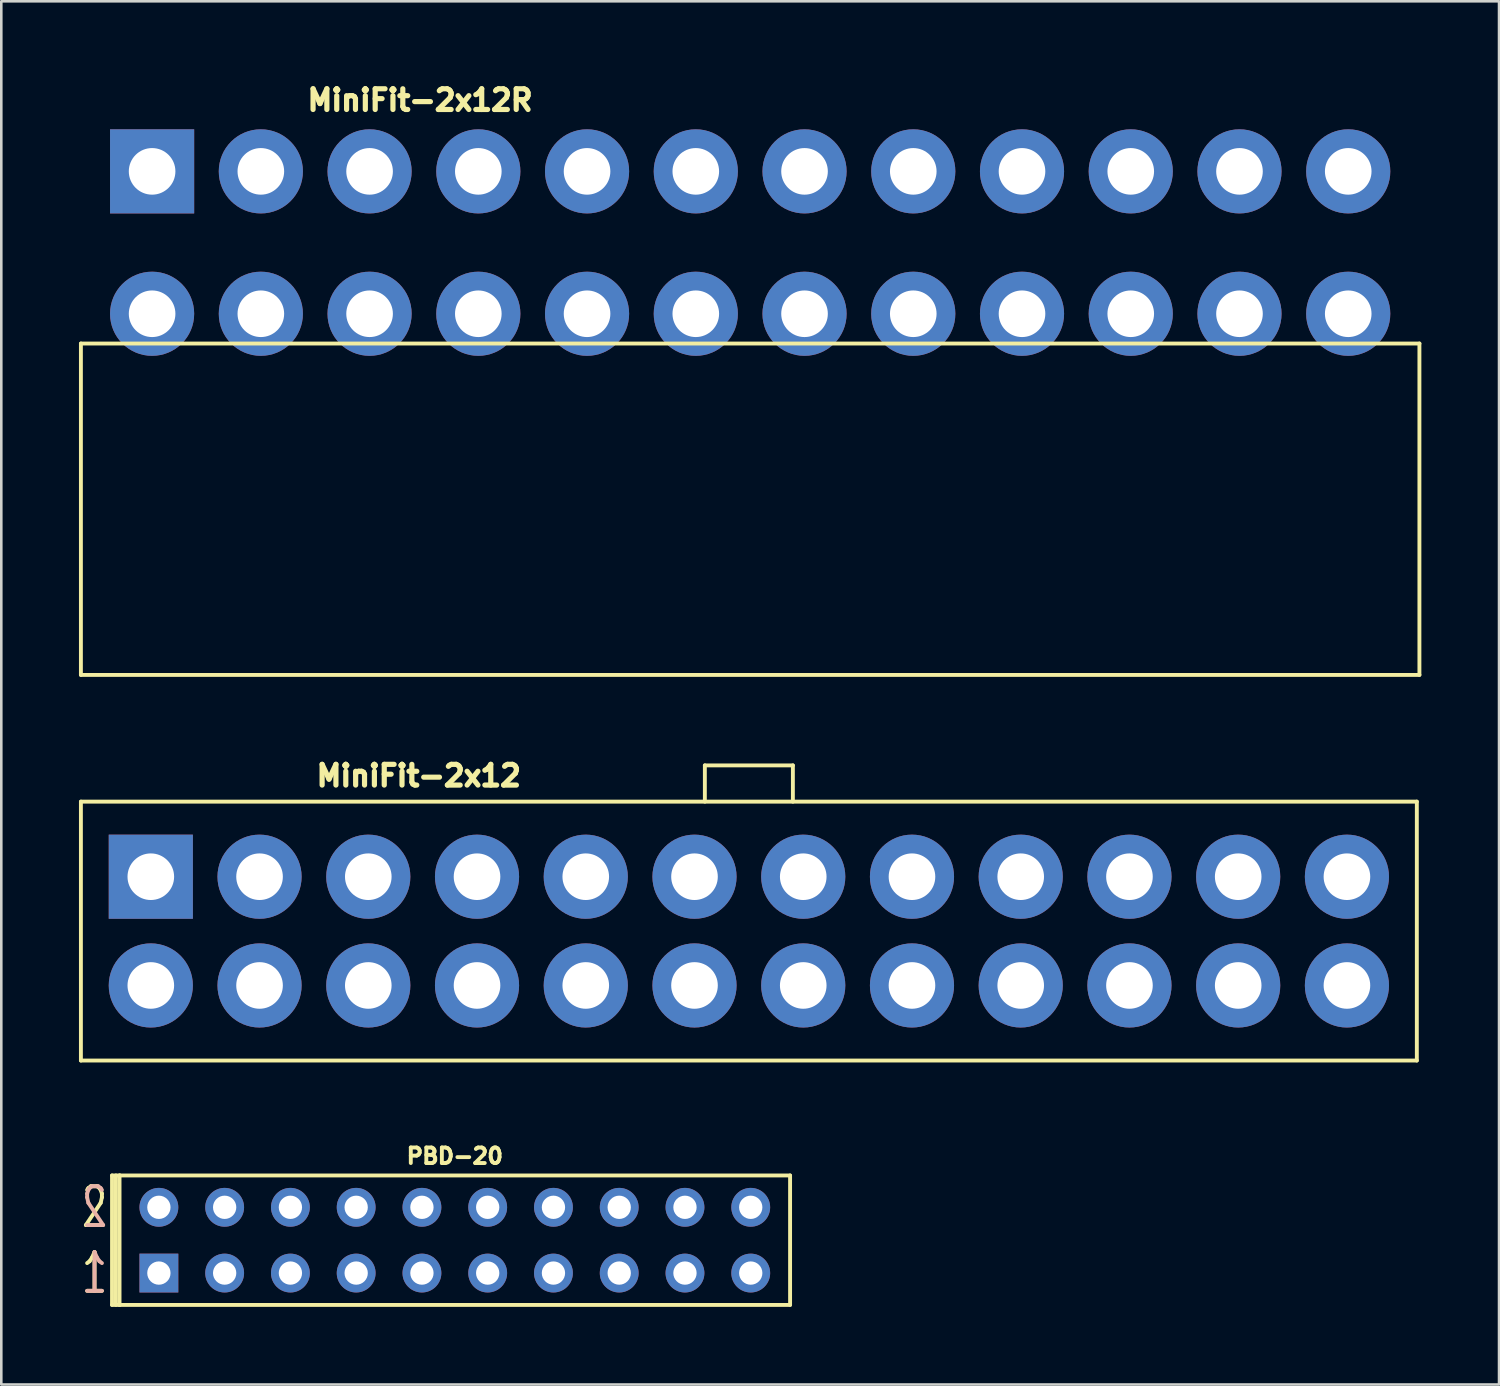
<source format=kicad_pcb>
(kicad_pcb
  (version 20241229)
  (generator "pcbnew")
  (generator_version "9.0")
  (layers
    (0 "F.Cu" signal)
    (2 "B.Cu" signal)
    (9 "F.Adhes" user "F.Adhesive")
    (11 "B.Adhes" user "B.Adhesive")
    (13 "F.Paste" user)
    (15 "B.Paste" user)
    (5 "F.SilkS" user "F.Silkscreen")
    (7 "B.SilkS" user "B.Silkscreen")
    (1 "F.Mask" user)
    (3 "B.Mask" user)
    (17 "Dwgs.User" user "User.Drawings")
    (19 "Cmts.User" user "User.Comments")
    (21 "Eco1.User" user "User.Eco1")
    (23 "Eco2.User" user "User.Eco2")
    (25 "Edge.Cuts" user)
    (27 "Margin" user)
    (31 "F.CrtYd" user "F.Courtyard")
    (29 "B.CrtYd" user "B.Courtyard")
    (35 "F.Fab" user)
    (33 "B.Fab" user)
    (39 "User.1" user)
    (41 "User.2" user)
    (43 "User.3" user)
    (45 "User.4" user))
  (footprint "MiniFit-2x12R"
    (layer "F.Cu")
    (at 25.925 6.319)
    (property "Reference" "MiniFit-2x12R" (at -12.75 -5.5 0) (layer "F.SilkS") (effects (font (size 0.8 0.8) (thickness 0.2))))
    (attr through_hole)
    (fp_line (start -25.85 3.9) (end -25.85 16.7) (stroke (width 0.15) (type solid)) (layer "F.SilkS"))
    (fp_line (start 25.85 3.9) (end -25.85 3.9) (stroke (width 0.15) (type solid)) (layer "F.SilkS"))
    (fp_line (start 25.85 3.9) (end 25.85 16.7) (stroke (width 0.15) (type solid)) (layer "F.SilkS"))
    (fp_line (start 25.85 16.7) (end -25.85 16.7) (stroke (width 0.15) (type solid)) (layer "F.SilkS"))
    (pad "1" thru_hole rect (at -23.1 -2.75) (size 3.25 3.25) (drill 1.8) (layers "*.Cu" "*.Mask"))
    (pad "2" thru_hole circle (at -23.1 2.75) (size 3.25 3.25) (drill 1.8) (layers "*.Cu" "*.Mask"))
    (pad "3" thru_hole circle (at -18.9 -2.75) (size 3.25 3.25) (drill 1.8) (layers "*.Cu" "*.Mask"))
    (pad "4" thru_hole circle (at -18.9 2.75) (size 3.25 3.25) (drill 1.8) (layers "*.Cu" "*.Mask"))
    (pad "5" thru_hole circle (at -14.7 -2.75) (size 3.25 3.25) (drill 1.8) (layers "*.Cu" "*.Mask"))
    (pad "6" thru_hole circle (at -14.7 2.75) (size 3.25 3.25) (drill 1.8) (layers "*.Cu" "*.Mask"))
    (pad "7" thru_hole circle (at -10.5 -2.75) (size 3.25 3.25) (drill 1.8) (layers "*.Cu" "*.Mask"))
    (pad "8" thru_hole circle (at -10.5 2.75) (size 3.25 3.25) (drill 1.8) (layers "*.Cu" "*.Mask"))
    (pad "9" thru_hole circle (at -6.3 -2.75) (size 3.25 3.25) (drill 1.8) (layers "*.Cu" "*.Mask"))
    (pad "10" thru_hole circle (at -6.3 2.75) (size 3.25 3.25) (drill 1.8) (layers "*.Cu" "*.Mask"))
    (pad "11" thru_hole circle (at -2.1 -2.75) (size 3.25 3.25) (drill 1.8) (layers "*.Cu" "*.Mask"))
    (pad "12" thru_hole circle (at -2.1 2.75) (size 3.25 3.25) (drill 1.8) (layers "*.Cu" "*.Mask"))
    (pad "13" thru_hole circle (at 2.1 -2.75) (size 3.25 3.25) (drill 1.8) (layers "*.Cu" "*.Mask"))
    (pad "14" thru_hole circle (at 2.1 2.75) (size 3.25 3.25) (drill 1.8) (layers "*.Cu" "*.Mask"))
    (pad "15" thru_hole circle (at 6.3 -2.75) (size 3.25 3.25) (drill 1.8) (layers "*.Cu" "*.Mask"))
    (pad "16" thru_hole circle (at 6.3 2.75) (size 3.25 3.25) (drill 1.8) (layers "*.Cu" "*.Mask"))
    (pad "17" thru_hole circle (at 10.5 -2.75) (size 3.25 3.25) (drill 1.8) (layers "*.Cu" "*.Mask"))
    (pad "18" thru_hole circle (at 10.5 2.75) (size 3.25 3.25) (drill 1.8) (layers "*.Cu" "*.Mask"))
    (pad "19" thru_hole circle (at 14.7 -2.75) (size 3.25 3.25) (drill 1.8) (layers "*.Cu" "*.Mask"))
    (pad "20" thru_hole circle (at 14.7 2.75) (size 3.25 3.25) (drill 1.8) (layers "*.Cu" "*.Mask"))
    (pad "21" thru_hole circle (at 18.9 -2.75) (size 3.25 3.25) (drill 1.8) (layers "*.Cu" "*.Mask"))
    (pad "22" thru_hole circle (at 18.9 2.75) (size 3.25 3.25) (drill 1.8) (layers "*.Cu" "*.Mask"))
    (pad "23" thru_hole circle (at 23.1 -2.75) (size 3.25 3.25) (drill 1.8) (layers "*.Cu" "*.Mask"))
    (pad "24" thru_hole circle (at 23.1 2.75) (size 3.25 3.25) (drill 1.8) (layers "*.Cu" "*.Mask")))
  (footprint "MiniFit-2x12"
    (layer "F.Cu")
    (at 25.875 32.913)
    (property "Reference" "MiniFit-2x12" (at -12.75 -6 0) (layer "F.SilkS") (effects (font (size 0.8 0.8) (thickness 0.2))))
    (attr through_hole)
    (fp_line (start -25.8 5) (end -25.8 -5) (stroke (width 0.15) (type solid)) (layer "F.SilkS"))
    (fp_line (start -1.7 -6.4) (end 1.7 -6.4) (stroke (width 0.15) (type solid)) (layer "F.SilkS"))
    (fp_line (start -1.7 -5) (end -1.7 -6.4) (stroke (width 0.15) (type solid)) (layer "F.SilkS"))
    (fp_line (start 1.7 -6.4) (end 1.7 -5) (stroke (width 0.15) (type solid)) (layer "F.SilkS"))
    (fp_line (start 25.8 -5) (end -25.8 -5) (stroke (width 0.15) (type solid)) (layer "F.SilkS"))
    (fp_line (start 25.8 5) (end -25.8 5) (stroke (width 0.15) (type solid)) (layer "F.SilkS"))
    (fp_line (start 25.8 5) (end 25.8 -5) (stroke (width 0.15) (type solid)) (layer "F.SilkS"))
    (pad "1" thru_hole rect (at -23.1 -2.1) (size 3.25 3.25) (drill 1.8) (layers "*.Cu" "*.Mask"))
    (pad "2" thru_hole circle (at -23.1 2.1) (size 3.25 3.25) (drill 1.8) (layers "*.Cu" "*.Mask"))
    (pad "3" thru_hole circle (at -18.9 -2.1) (size 3.25 3.25) (drill 1.8) (layers "*.Cu" "*.Mask"))
    (pad "4" thru_hole circle (at -18.9 2.1) (size 3.25 3.25) (drill 1.8) (layers "*.Cu" "*.Mask"))
    (pad "5" thru_hole circle (at -14.7 -2.1) (size 3.25 3.25) (drill 1.8) (layers "*.Cu" "*.Mask"))
    (pad "6" thru_hole circle (at -14.7 2.1) (size 3.25 3.25) (drill 1.8) (layers "*.Cu" "*.Mask"))
    (pad "7" thru_hole circle (at -10.5 -2.1) (size 3.25 3.25) (drill 1.8) (layers "*.Cu" "*.Mask"))
    (pad "8" thru_hole circle (at -10.5 2.1) (size 3.25 3.25) (drill 1.8) (layers "*.Cu" "*.Mask"))
    (pad "9" thru_hole circle (at -6.3 -2.1) (size 3.25 3.25) (drill 1.8) (layers "*.Cu" "*.Mask"))
    (pad "10" thru_hole circle (at -6.3 2.1) (size 3.25 3.25) (drill 1.8) (layers "*.Cu" "*.Mask"))
    (pad "11" thru_hole circle (at -2.1 -2.1) (size 3.25 3.25) (drill 1.8) (layers "*.Cu" "*.Mask"))
    (pad "12" thru_hole circle (at -2.1 2.1) (size 3.25 3.25) (drill 1.8) (layers "*.Cu" "*.Mask"))
    (pad "13" thru_hole circle (at 2.1 -2.1) (size 3.25 3.25) (drill 1.8) (layers "*.Cu" "*.Mask"))
    (pad "14" thru_hole circle (at 2.1 2.1) (size 3.25 3.25) (drill 1.8) (layers "*.Cu" "*.Mask"))
    (pad "15" thru_hole circle (at 6.3 -2.1) (size 3.25 3.25) (drill 1.8) (layers "*.Cu" "*.Mask"))
    (pad "16" thru_hole circle (at 6.3 2.1) (size 3.25 3.25) (drill 1.8) (layers "*.Cu" "*.Mask"))
    (pad "17" thru_hole circle (at 10.5 -2.1) (size 3.25 3.25) (drill 1.8) (layers "*.Cu" "*.Mask"))
    (pad "18" thru_hole circle (at 10.5 2.1) (size 3.25 3.25) (drill 1.8) (layers "*.Cu" "*.Mask"))
    (pad "19" thru_hole circle (at 14.7 -2.1) (size 3.25 3.25) (drill 1.8) (layers "*.Cu" "*.Mask"))
    (pad "20" thru_hole circle (at 14.7 2.1) (size 3.25 3.25) (drill 1.8) (layers "*.Cu" "*.Mask"))
    (pad "21" thru_hole circle (at 18.9 -2.1) (size 3.25 3.25) (drill 1.8) (layers "*.Cu" "*.Mask"))
    (pad "22" thru_hole circle (at 18.9 2.1) (size 3.25 3.25) (drill 1.8) (layers "*.Cu" "*.Mask"))
    (pad "23" thru_hole circle (at 23.1 -2.1) (size 3.25 3.25) (drill 1.8) (layers "*.Cu" "*.Mask"))
    (pad "24" thru_hole circle (at 23.1 2.1) (size 3.25 3.25) (drill 1.8) (layers "*.Cu" "*.Mask")))
  (footprint "PBD-20"
    (layer "F.Cu")
    (at 14.517 44.852)
    (property "Reference" "PBD-20" (at 0 -3.25 0) (layer "F.SilkS") (effects (font (size 0.6 0.6) (thickness 0.15))))
    (attr through_hole)
    (fp_line (start -13.24 -2.5) (end -13.24 2.5) (stroke (width 0.15) (type solid)) (layer "F.SilkS"))
    (fp_line (start -13.24 2.5) (end -12.94 2.5) (stroke (width 0.15) (type solid)) (layer "F.SilkS"))
    (fp_line (start -13.09 2.5) (end -13.09 -2.5) (stroke (width 0.15) (type solid)) (layer "F.SilkS"))
    (fp_line (start -12.95 -2.5) (end -12.95 2.5) (stroke (width 0.15) (type solid)) (layer "F.SilkS"))
    (fp_line (start -12.95 -2.5) (end 12.95 -2.5) (stroke (width 0.15) (type solid)) (layer "F.SilkS"))
    (fp_line (start -12.94 -2.5) (end -13.24 -2.5) (stroke (width 0.15) (type solid)) (layer "F.SilkS"))
    (fp_line (start 12.95 -2.5) (end 12.95 2.5) (stroke (width 0.15) (type solid)) (layer "F.SilkS"))
    (fp_line (start 12.95 2.5) (end -12.95 2.5) (stroke (width 0.15) (type solid)) (layer "F.SilkS"))
    (fp_text user "1" (at -13.916 1.27 0) (layer "F.SilkS") (effects (font (size 1.5 1) (thickness 0.15))))
    (fp_text user "2" (at -13.916 -1.27 0) (layer "F.SilkS") (effects (font (size 1.5 1) (thickness 0.15))))
    (fp_text user "1" (at -13.916 1.27 0) (layer "B.SilkS") (effects (font (size 1.5 1) (thickness 0.15)) (justify mirror)))
    (fp_text user "2" (at -13.916 -1.27 0) (layer "B.SilkS") (effects (font (size 1.5 1) (thickness 0.15)) (justify mirror)))
    (pad "1" thru_hole rect (at -11.43 1.27) (size 1.5 1.5) (drill 0.9) (layers "*.Cu" "*.Mask"))
    (pad "2" thru_hole circle (at -11.43 -1.27) (size 1.5 1.5) (drill 0.9) (layers "*.Cu" "*.Mask"))
    (pad "3" thru_hole circle (at -8.89 1.27) (size 1.5 1.5) (drill 0.9) (layers "*.Cu" "*.Mask"))
    (pad "4" thru_hole circle (at -8.89 -1.27) (size 1.5 1.5) (drill 0.9) (layers "*.Cu" "*.Mask"))
    (pad "5" thru_hole circle (at -6.35 1.27) (size 1.5 1.5) (drill 0.9) (layers "*.Cu" "*.Mask"))
    (pad "6" thru_hole circle (at -6.35 -1.27) (size 1.5 1.5) (drill 0.9) (layers "*.Cu" "*.Mask"))
    (pad "7" thru_hole circle (at -3.81 1.27) (size 1.5 1.5) (drill 0.9) (layers "*.Cu" "*.Mask"))
    (pad "8" thru_hole circle (at -3.81 -1.27) (size 1.5 1.5) (drill 0.9) (layers "*.Cu" "*.Mask"))
    (pad "9" thru_hole circle (at -1.27 1.27) (size 1.5 1.5) (drill 0.9) (layers "*.Cu" "*.Mask"))
    (pad "10" thru_hole circle (at -1.27 -1.27) (size 1.5 1.5) (drill 0.9) (layers "*.Cu" "*.Mask"))
    (pad "11" thru_hole circle (at 1.27 1.27) (size 1.5 1.5) (drill 0.9) (layers "*.Cu" "*.Mask"))
    (pad "12" thru_hole circle (at 1.27 -1.27) (size 1.5 1.5) (drill 0.9) (layers "*.Cu" "*.Mask"))
    (pad "13" thru_hole circle (at 3.81 1.27) (size 1.5 1.5) (drill 0.9) (layers "*.Cu" "*.Mask"))
    (pad "14" thru_hole circle (at 3.81 -1.27) (size 1.5 1.5) (drill 0.9) (layers "*.Cu" "*.Mask"))
    (pad "15" thru_hole circle (at 6.35 1.27) (size 1.5 1.5) (drill 0.9) (layers "*.Cu" "*.Mask"))
    (pad "16" thru_hole circle (at 6.35 -1.27) (size 1.5 1.5) (drill 0.9) (layers "*.Cu" "*.Mask"))
    (pad "17" thru_hole circle (at 8.89 1.27) (size 1.5 1.5) (drill 0.9) (layers "*.Cu" "*.Mask"))
    (pad "18" thru_hole circle (at 8.89 -1.27) (size 1.5 1.5) (drill 0.9) (layers "*.Cu" "*.Mask"))
    (pad "19" thru_hole circle (at 11.43 1.27) (size 1.5 1.5) (drill 0.9) (layers "*.Cu" "*.Mask"))
    (pad "20" thru_hole circle (at 11.43 -1.27) (size 1.5 1.5) (drill 0.9) (layers "*.Cu" "*.Mask")))
  (gr_rect
    (start -3 -3)
    (end 54.85 50.427)
    (stroke (width 0.1) (type default))
    (fill no)
    (layer "Edge.Cuts")))
</source>
